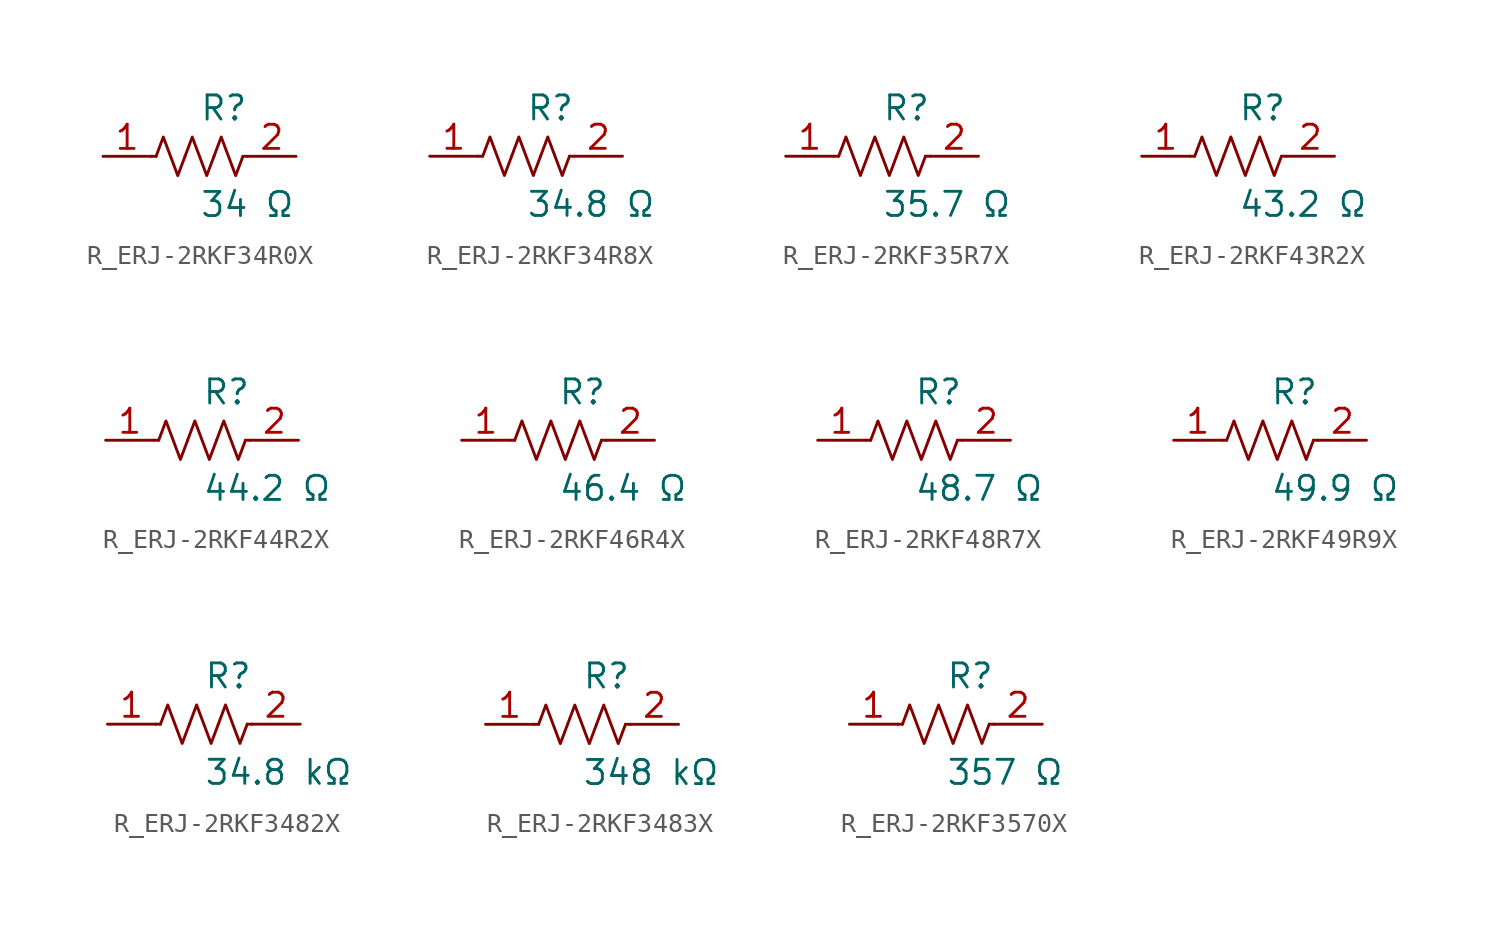
<source format=kicad_sym>
(kicad_symbol_lib
  (version 20231120)
  (generator kicad_symbol_editor)
  (generator_version 8.0)
  (symbol "R_ERJ-2RKF34R0X"
    (pin_names
      (offset 0.254))
    (property "Reference" "R"
      (at 0.0 2.54 0)
      (effects (font (size 1.27 1.27)) (justify left)))
    (property "Value" "34 Ω"
      (at 0.0 -2.54 0)
      (effects (font (size 1.27 1.27)) (justify left)))
    (symbol "R_ERJ-2RKF34R0X_0_1"
      (polyline (pts (xy 2.286 0) (xy 2.54 0)) (stroke (width 0) (type default)) (fill (type none)))
      (polyline (pts (xy -2.286 0) (xy -2.54 0)) (stroke (width 0) (type default)) (fill (type none)))
      (polyline (pts (xy 0.762 0) (xy 1.143 1.016) (xy 1.524 0) (xy 1.905 -1.016) (xy 2.286 0)) (stroke (width 0) (type default)) (fill (type none)))
      (polyline (pts (xy -0.762 0) (xy -0.381 1.016) (xy 0 0) (xy 0.381 -1.016) (xy 0.762 0)) (stroke (width 0) (type default)) (fill (type none)))
      (polyline (pts (xy -2.286 0) (xy -1.905 1.016) (xy -1.524 0) (xy -1.143 -1.016) (xy -0.762 0)) (stroke (width 0) (type default)) (fill (type none))))
    (pin unspecified line
      (at -5.08 0 0)
      (length 2.54)
      (name "" (effects (font (size 1.27 1.27))))
      (number "1" (effects (font (size 1.27 1.27)))))
    (pin unspecified line
      (at 5.08 0 180)
      (length 2.54)
      (name "" (effects (font (size 1.27 1.27))))
      (number "2" (effects (font (size 1.27 1.27))))))
  (symbol "R_ERJ-2RKF34R8X"
    (pin_names
      (offset 0.254))
    (property "Reference" "R"
      (at 0.0 2.54 0)
      (effects (font (size 1.27 1.27)) (justify left)))
    (property "Value" "34.8 Ω"
      (at 0.0 -2.54 0)
      (effects (font (size 1.27 1.27)) (justify left)))
    (symbol "R_ERJ-2RKF34R8X_0_1"
      (polyline (pts (xy 2.286 0) (xy 2.54 0)) (stroke (width 0) (type default)) (fill (type none)))
      (polyline (pts (xy -2.286 0) (xy -2.54 0)) (stroke (width 0) (type default)) (fill (type none)))
      (polyline (pts (xy 0.762 0) (xy 1.143 1.016) (xy 1.524 0) (xy 1.905 -1.016) (xy 2.286 0)) (stroke (width 0) (type default)) (fill (type none)))
      (polyline (pts (xy -0.762 0) (xy -0.381 1.016) (xy 0 0) (xy 0.381 -1.016) (xy 0.762 0)) (stroke (width 0) (type default)) (fill (type none)))
      (polyline (pts (xy -2.286 0) (xy -1.905 1.016) (xy -1.524 0) (xy -1.143 -1.016) (xy -0.762 0)) (stroke (width 0) (type default)) (fill (type none))))
    (pin unspecified line
      (at -5.08 0 0)
      (length 2.54)
      (name "" (effects (font (size 1.27 1.27))))
      (number "1" (effects (font (size 1.27 1.27)))))
    (pin unspecified line
      (at 5.08 0 180)
      (length 2.54)
      (name "" (effects (font (size 1.27 1.27))))
      (number "2" (effects (font (size 1.27 1.27))))))
  (symbol "R_ERJ-2RKF35R7X"
    (pin_names
      (offset 0.254))
    (property "Reference" "R"
      (at 0.0 2.54 0)
      (effects (font (size 1.27 1.27)) (justify left)))
    (property "Value" "35.7 Ω"
      (at 0.0 -2.54 0)
      (effects (font (size 1.27 1.27)) (justify left)))
    (symbol "R_ERJ-2RKF35R7X_0_1"
      (polyline (pts (xy 2.286 0) (xy 2.54 0)) (stroke (width 0) (type default)) (fill (type none)))
      (polyline (pts (xy -2.286 0) (xy -2.54 0)) (stroke (width 0) (type default)) (fill (type none)))
      (polyline (pts (xy 0.762 0) (xy 1.143 1.016) (xy 1.524 0) (xy 1.905 -1.016) (xy 2.286 0)) (stroke (width 0) (type default)) (fill (type none)))
      (polyline (pts (xy -0.762 0) (xy -0.381 1.016) (xy 0 0) (xy 0.381 -1.016) (xy 0.762 0)) (stroke (width 0) (type default)) (fill (type none)))
      (polyline (pts (xy -2.286 0) (xy -1.905 1.016) (xy -1.524 0) (xy -1.143 -1.016) (xy -0.762 0)) (stroke (width 0) (type default)) (fill (type none))))
    (pin unspecified line
      (at -5.08 0 0)
      (length 2.54)
      (name "" (effects (font (size 1.27 1.27))))
      (number "1" (effects (font (size 1.27 1.27)))))
    (pin unspecified line
      (at 5.08 0 180)
      (length 2.54)
      (name "" (effects (font (size 1.27 1.27))))
      (number "2" (effects (font (size 1.27 1.27))))))
  (symbol "R_ERJ-2RKF43R2X"
    (pin_names
      (offset 0.254))
    (property "Reference" "R"
      (at 0.0 2.54 0)
      (effects (font (size 1.27 1.27)) (justify left)))
    (property "Value" "43.2 Ω"
      (at 0.0 -2.54 0)
      (effects (font (size 1.27 1.27)) (justify left)))
    (symbol "R_ERJ-2RKF43R2X_0_1"
      (polyline (pts (xy 2.286 0) (xy 2.54 0)) (stroke (width 0) (type default)) (fill (type none)))
      (polyline (pts (xy -2.286 0) (xy -2.54 0)) (stroke (width 0) (type default)) (fill (type none)))
      (polyline (pts (xy 0.762 0) (xy 1.143 1.016) (xy 1.524 0) (xy 1.905 -1.016) (xy 2.286 0)) (stroke (width 0) (type default)) (fill (type none)))
      (polyline (pts (xy -0.762 0) (xy -0.381 1.016) (xy 0 0) (xy 0.381 -1.016) (xy 0.762 0)) (stroke (width 0) (type default)) (fill (type none)))
      (polyline (pts (xy -2.286 0) (xy -1.905 1.016) (xy -1.524 0) (xy -1.143 -1.016) (xy -0.762 0)) (stroke (width 0) (type default)) (fill (type none))))
    (pin unspecified line
      (at -5.08 0 0)
      (length 2.54)
      (name "" (effects (font (size 1.27 1.27))))
      (number "1" (effects (font (size 1.27 1.27)))))
    (pin unspecified line
      (at 5.08 0 180)
      (length 2.54)
      (name "" (effects (font (size 1.27 1.27))))
      (number "2" (effects (font (size 1.27 1.27))))))
  (symbol "R_ERJ-2RKF44R2X"
    (pin_names
      (offset 0.254))
    (property "Reference" "R"
      (at 0.0 2.54 0)
      (effects (font (size 1.27 1.27)) (justify left)))
    (property "Value" "44.2 Ω"
      (at 0.0 -2.54 0)
      (effects (font (size 1.27 1.27)) (justify left)))
    (symbol "R_ERJ-2RKF44R2X_0_1"
      (polyline (pts (xy 2.286 0) (xy 2.54 0)) (stroke (width 0) (type default)) (fill (type none)))
      (polyline (pts (xy -2.286 0) (xy -2.54 0)) (stroke (width 0) (type default)) (fill (type none)))
      (polyline (pts (xy 0.762 0) (xy 1.143 1.016) (xy 1.524 0) (xy 1.905 -1.016) (xy 2.286 0)) (stroke (width 0) (type default)) (fill (type none)))
      (polyline (pts (xy -0.762 0) (xy -0.381 1.016) (xy 0 0) (xy 0.381 -1.016) (xy 0.762 0)) (stroke (width 0) (type default)) (fill (type none)))
      (polyline (pts (xy -2.286 0) (xy -1.905 1.016) (xy -1.524 0) (xy -1.143 -1.016) (xy -0.762 0)) (stroke (width 0) (type default)) (fill (type none))))
    (pin unspecified line
      (at -5.08 0 0)
      (length 2.54)
      (name "" (effects (font (size 1.27 1.27))))
      (number "1" (effects (font (size 1.27 1.27)))))
    (pin unspecified line
      (at 5.08 0 180)
      (length 2.54)
      (name "" (effects (font (size 1.27 1.27))))
      (number "2" (effects (font (size 1.27 1.27))))))
  (symbol "R_ERJ-2RKF46R4X"
    (pin_names
      (offset 0.254))
    (property "Reference" "R"
      (at 0.0 2.54 0)
      (effects (font (size 1.27 1.27)) (justify left)))
    (property "Value" "46.4 Ω"
      (at 0.0 -2.54 0)
      (effects (font (size 1.27 1.27)) (justify left)))
    (symbol "R_ERJ-2RKF46R4X_0_1"
      (polyline (pts (xy 2.286 0) (xy 2.54 0)) (stroke (width 0) (type default)) (fill (type none)))
      (polyline (pts (xy -2.286 0) (xy -2.54 0)) (stroke (width 0) (type default)) (fill (type none)))
      (polyline (pts (xy 0.762 0) (xy 1.143 1.016) (xy 1.524 0) (xy 1.905 -1.016) (xy 2.286 0)) (stroke (width 0) (type default)) (fill (type none)))
      (polyline (pts (xy -0.762 0) (xy -0.381 1.016) (xy 0 0) (xy 0.381 -1.016) (xy 0.762 0)) (stroke (width 0) (type default)) (fill (type none)))
      (polyline (pts (xy -2.286 0) (xy -1.905 1.016) (xy -1.524 0) (xy -1.143 -1.016) (xy -0.762 0)) (stroke (width 0) (type default)) (fill (type none))))
    (pin unspecified line
      (at -5.08 0 0)
      (length 2.54)
      (name "" (effects (font (size 1.27 1.27))))
      (number "1" (effects (font (size 1.27 1.27)))))
    (pin unspecified line
      (at 5.08 0 180)
      (length 2.54)
      (name "" (effects (font (size 1.27 1.27))))
      (number "2" (effects (font (size 1.27 1.27))))))
  (symbol "R_ERJ-2RKF48R7X"
    (pin_names
      (offset 0.254))
    (property "Reference" "R"
      (at 0.0 2.54 0)
      (effects (font (size 1.27 1.27)) (justify left)))
    (property "Value" "48.7 Ω"
      (at 0.0 -2.54 0)
      (effects (font (size 1.27 1.27)) (justify left)))
    (symbol "R_ERJ-2RKF48R7X_0_1"
      (polyline (pts (xy 2.286 0) (xy 2.54 0)) (stroke (width 0) (type default)) (fill (type none)))
      (polyline (pts (xy -2.286 0) (xy -2.54 0)) (stroke (width 0) (type default)) (fill (type none)))
      (polyline (pts (xy 0.762 0) (xy 1.143 1.016) (xy 1.524 0) (xy 1.905 -1.016) (xy 2.286 0)) (stroke (width 0) (type default)) (fill (type none)))
      (polyline (pts (xy -0.762 0) (xy -0.381 1.016) (xy 0 0) (xy 0.381 -1.016) (xy 0.762 0)) (stroke (width 0) (type default)) (fill (type none)))
      (polyline (pts (xy -2.286 0) (xy -1.905 1.016) (xy -1.524 0) (xy -1.143 -1.016) (xy -0.762 0)) (stroke (width 0) (type default)) (fill (type none))))
    (pin unspecified line
      (at -5.08 0 0)
      (length 2.54)
      (name "" (effects (font (size 1.27 1.27))))
      (number "1" (effects (font (size 1.27 1.27)))))
    (pin unspecified line
      (at 5.08 0 180)
      (length 2.54)
      (name "" (effects (font (size 1.27 1.27))))
      (number "2" (effects (font (size 1.27 1.27))))))
  (symbol "R_ERJ-2RKF49R9X"
    (pin_names
      (offset 0.254))
    (property "Reference" "R"
      (at 0.0 2.54 0)
      (effects (font (size 1.27 1.27)) (justify left)))
    (property "Value" "49.9 Ω"
      (at 0.0 -2.54 0)
      (effects (font (size 1.27 1.27)) (justify left)))
    (symbol "R_ERJ-2RKF49R9X_0_1"
      (polyline (pts (xy 2.286 0) (xy 2.54 0)) (stroke (width 0) (type default)) (fill (type none)))
      (polyline (pts (xy -2.286 0) (xy -2.54 0)) (stroke (width 0) (type default)) (fill (type none)))
      (polyline (pts (xy 0.762 0) (xy 1.143 1.016) (xy 1.524 0) (xy 1.905 -1.016) (xy 2.286 0)) (stroke (width 0) (type default)) (fill (type none)))
      (polyline (pts (xy -0.762 0) (xy -0.381 1.016) (xy 0 0) (xy 0.381 -1.016) (xy 0.762 0)) (stroke (width 0) (type default)) (fill (type none)))
      (polyline (pts (xy -2.286 0) (xy -1.905 1.016) (xy -1.524 0) (xy -1.143 -1.016) (xy -0.762 0)) (stroke (width 0) (type default)) (fill (type none))))
    (pin unspecified line
      (at -5.08 0 0)
      (length 2.54)
      (name "" (effects (font (size 1.27 1.27))))
      (number "1" (effects (font (size 1.27 1.27)))))
    (pin unspecified line
      (at 5.08 0 180)
      (length 2.54)
      (name "" (effects (font (size 1.27 1.27))))
      (number "2" (effects (font (size 1.27 1.27))))))
  (symbol "R_ERJ-2RKF3482X"
    (pin_names
      (offset 0.254))
    (property "Reference" "R"
      (at 0.0 2.54 0)
      (effects (font (size 1.27 1.27)) (justify left)))
    (property "Value" "34.8 kΩ"
      (at 0.0 -2.54 0)
      (effects (font (size 1.27 1.27)) (justify left)))
    (symbol "R_ERJ-2RKF3482X_0_1"
      (polyline (pts (xy 2.286 0) (xy 2.54 0)) (stroke (width 0) (type default)) (fill (type none)))
      (polyline (pts (xy -2.286 0) (xy -2.54 0)) (stroke (width 0) (type default)) (fill (type none)))
      (polyline (pts (xy 0.762 0) (xy 1.143 1.016) (xy 1.524 0) (xy 1.905 -1.016) (xy 2.286 0)) (stroke (width 0) (type default)) (fill (type none)))
      (polyline (pts (xy -0.762 0) (xy -0.381 1.016) (xy 0 0) (xy 0.381 -1.016) (xy 0.762 0)) (stroke (width 0) (type default)) (fill (type none)))
      (polyline (pts (xy -2.286 0) (xy -1.905 1.016) (xy -1.524 0) (xy -1.143 -1.016) (xy -0.762 0)) (stroke (width 0) (type default)) (fill (type none))))
    (pin unspecified line
      (at -5.08 0 0)
      (length 2.54)
      (name "" (effects (font (size 1.27 1.27))))
      (number "1" (effects (font (size 1.27 1.27)))))
    (pin unspecified line
      (at 5.08 0 180)
      (length 2.54)
      (name "" (effects (font (size 1.27 1.27))))
      (number "2" (effects (font (size 1.27 1.27))))))
  (symbol "R_ERJ-2RKF3483X"
    (pin_names
      (offset 0.254))
    (property "Reference" "R"
      (at 0.0 2.54 0)
      (effects (font (size 1.27 1.27)) (justify left)))
    (property "Value" "348 kΩ"
      (at 0.0 -2.54 0)
      (effects (font (size 1.27 1.27)) (justify left)))
    (symbol "R_ERJ-2RKF3483X_0_1"
      (polyline (pts (xy 2.286 0) (xy 2.54 0)) (stroke (width 0) (type default)) (fill (type none)))
      (polyline (pts (xy -2.286 0) (xy -2.54 0)) (stroke (width 0) (type default)) (fill (type none)))
      (polyline (pts (xy 0.762 0) (xy 1.143 1.016) (xy 1.524 0) (xy 1.905 -1.016) (xy 2.286 0)) (stroke (width 0) (type default)) (fill (type none)))
      (polyline (pts (xy -0.762 0) (xy -0.381 1.016) (xy 0 0) (xy 0.381 -1.016) (xy 0.762 0)) (stroke (width 0) (type default)) (fill (type none)))
      (polyline (pts (xy -2.286 0) (xy -1.905 1.016) (xy -1.524 0) (xy -1.143 -1.016) (xy -0.762 0)) (stroke (width 0) (type default)) (fill (type none))))
    (pin unspecified line
      (at -5.08 0 0)
      (length 2.54)
      (name "" (effects (font (size 1.27 1.27))))
      (number "1" (effects (font (size 1.27 1.27)))))
    (pin unspecified line
      (at 5.08 0 180)
      (length 2.54)
      (name "" (effects (font (size 1.27 1.27))))
      (number "2" (effects (font (size 1.27 1.27))))))
  (symbol "R_ERJ-2RKF3570X"
    (pin_names
      (offset 0.254))
    (property "Reference" "R"
      (at 0.0 2.54 0)
      (effects (font (size 1.27 1.27)) (justify left)))
    (property "Value" "357 Ω"
      (at 0.0 -2.54 0)
      (effects (font (size 1.27 1.27)) (justify left)))
    (symbol "R_ERJ-2RKF3570X_0_1"
      (polyline (pts (xy 2.286 0) (xy 2.54 0)) (stroke (width 0) (type default)) (fill (type none)))
      (polyline (pts (xy -2.286 0) (xy -2.54 0)) (stroke (width 0) (type default)) (fill (type none)))
      (polyline (pts (xy 0.762 0) (xy 1.143 1.016) (xy 1.524 0) (xy 1.905 -1.016) (xy 2.286 0)) (stroke (width 0) (type default)) (fill (type none)))
      (polyline (pts (xy -0.762 0) (xy -0.381 1.016) (xy 0 0) (xy 0.381 -1.016) (xy 0.762 0)) (stroke (width 0) (type default)) (fill (type none)))
      (polyline (pts (xy -2.286 0) (xy -1.905 1.016) (xy -1.524 0) (xy -1.143 -1.016) (xy -0.762 0)) (stroke (width 0) (type default)) (fill (type none))))
    (pin unspecified line
      (at -5.08 0 0)
      (length 2.54)
      (name "" (effects (font (size 1.27 1.27))))
      (number "1" (effects (font (size 1.27 1.27)))))
    (pin unspecified line
      (at 5.08 0 180)
      (length 2.54)
      (name "" (effects (font (size 1.27 1.27))))
      (number "2" (effects (font (size 1.27 1.27)))))))
</source>
